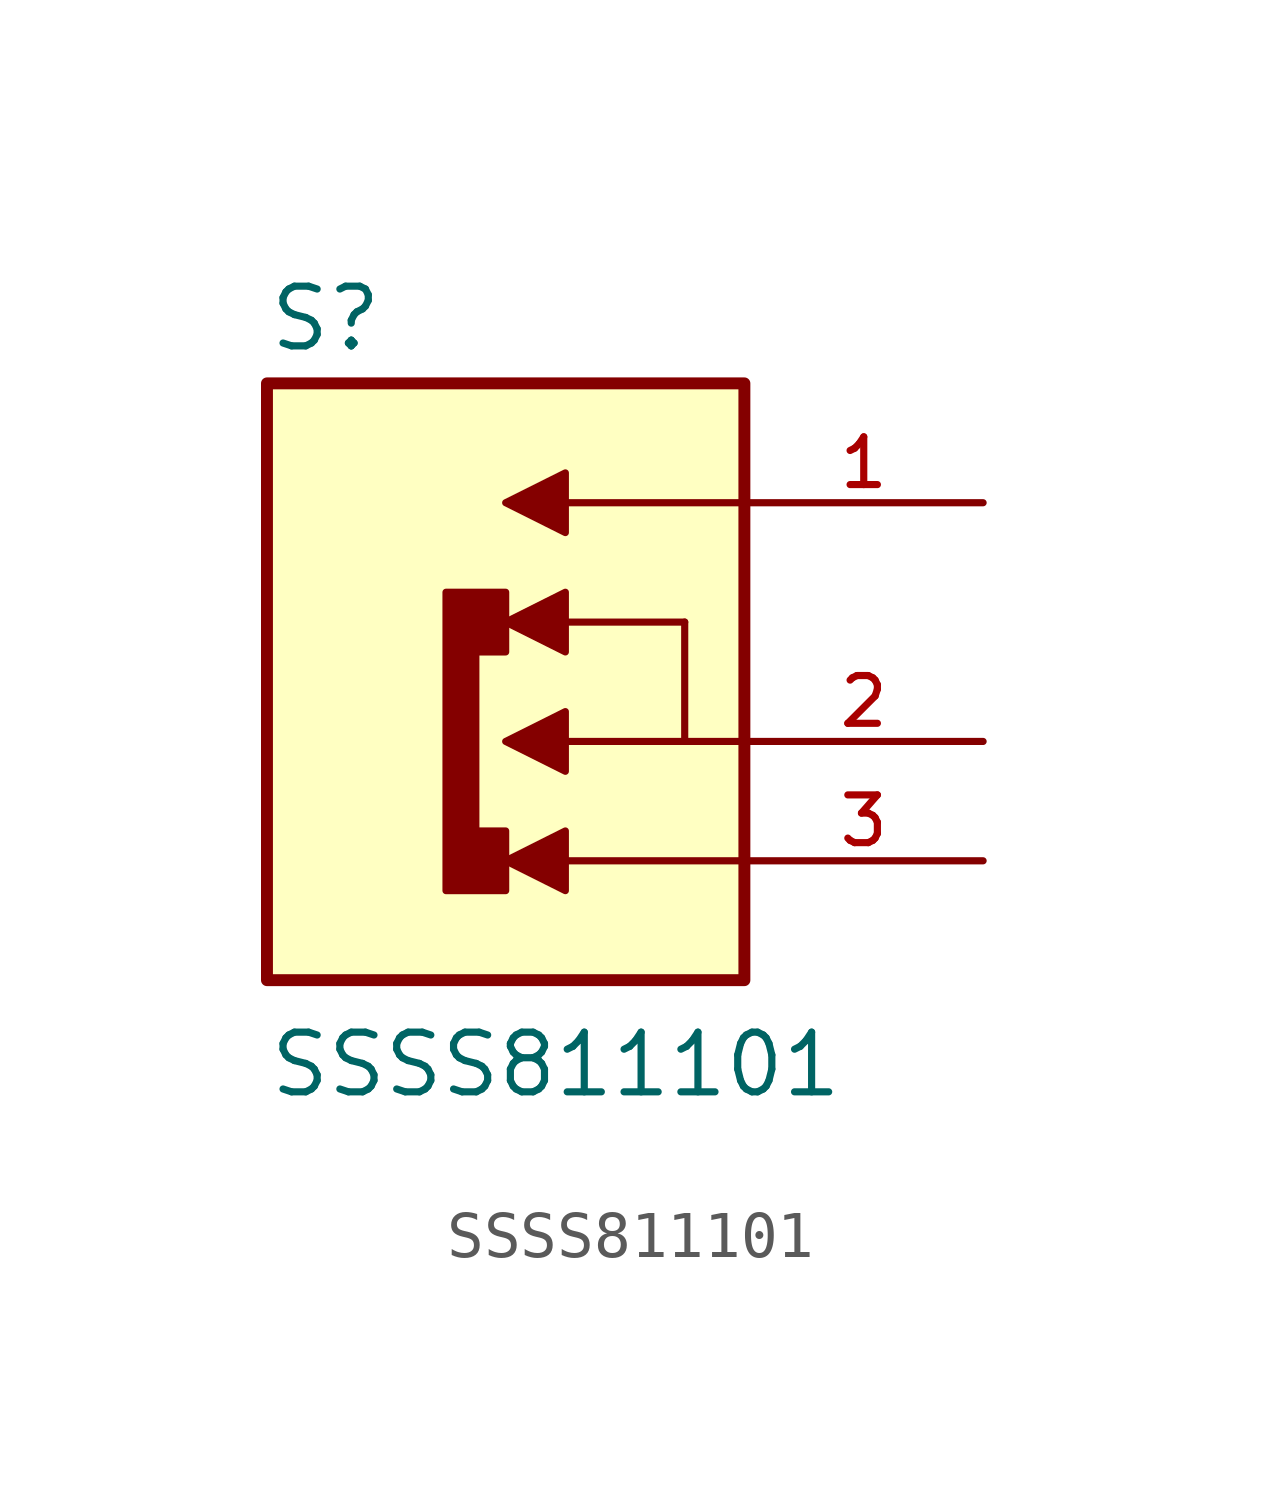
<source format=kicad_sym>
(kicad_symbol_lib
  (version 20211014)
  (generator kicad_symbol_editor)
  (symbol "SSSS811101"
    (pin_names
      (offset 1.016))
    (property "Reference" "S"
      (at -5.08 5.715 0)
      (effects (font (size 1.27 1.27)) (justify bottom left)))
    (property "Value" "SSSS811101"
      (at -5.08 -10.16 0)
      (effects (font (size 1.27 1.27)) (justify bottom left)))
    (symbol "SSSS811101_0_0"
      (polyline (pts (xy 3.81 0.0) (xy 1.27 0.0)) (stroke (width 0.152)))
      (polyline (pts (xy 1.27 -0.635) (xy 1.27 0.635) (xy 0.0 0.0) (xy 1.27 -0.635)) (stroke (width 0.152)) (fill (type outline)))
      (polyline (pts (xy 5.08 -2.54) (xy 3.81 -2.54)) (stroke (width 0.152)))
      (polyline (pts (xy 1.27 -3.175) (xy 1.27 -1.905) (xy 0.0 -2.54) (xy 1.27 -3.175)) (stroke (width 0.152)) (fill (type outline)))
      (polyline (pts (xy 3.81 -2.54) (xy 1.27 -2.54)) (stroke (width 0.152)))
      (polyline (pts (xy 5.08 -5.08) (xy 1.27 -5.08)) (stroke (width 0.152)))
      (polyline (pts (xy 1.27 -5.715) (xy 1.27 -4.445) (xy 0.0 -5.08) (xy 1.27 -5.715)) (stroke (width 0.152)) (fill (type outline)))
      (polyline (pts (xy 5.08 2.54) (xy 1.27 2.54)) (stroke (width 0.152)))
      (polyline (pts (xy 1.27 1.905) (xy 1.27 3.175) (xy 0.0 2.54) (xy 1.27 1.905)) (stroke (width 0.152)) (fill (type outline)))
      (polyline (pts (xy 0.0 -4.445) (xy 0.0 -5.715) (xy -1.27 -5.715) (xy -1.27 0.635) (xy 0.0 0.635) (xy 0.0 -0.635) (xy -0.635 -0.635) (xy -0.635 -4.445) (xy 0.0 -4.445)) (stroke (width 0.152)) (fill (type outline)))
      (polyline (pts (xy 3.81 0.0) (xy 3.81 -2.54)) (stroke (width 0.152)))
      (rectangle (start -5.08 -7.62) (end 5.08 5.08) (stroke (width 0.254)) (fill (type background)))
      (pin passive line (at 10.16 -2.54 180.0) (length 5.08) (name "~" (effects (font (size 1.016 1.016)))) (number "2" (effects (font (size 1.016 1.016)))))
      (pin passive line (at 10.16 -5.08 180.0) (length 5.08) (name "~" (effects (font (size 1.016 1.016)))) (number "3" (effects (font (size 1.016 1.016)))))
      (pin passive line (at 10.16 2.54 180.0) (length 5.08) (name "~" (effects (font (size 1.016 1.016)))) (number "1" (effects (font (size 1.016 1.016))))))))
</source>
